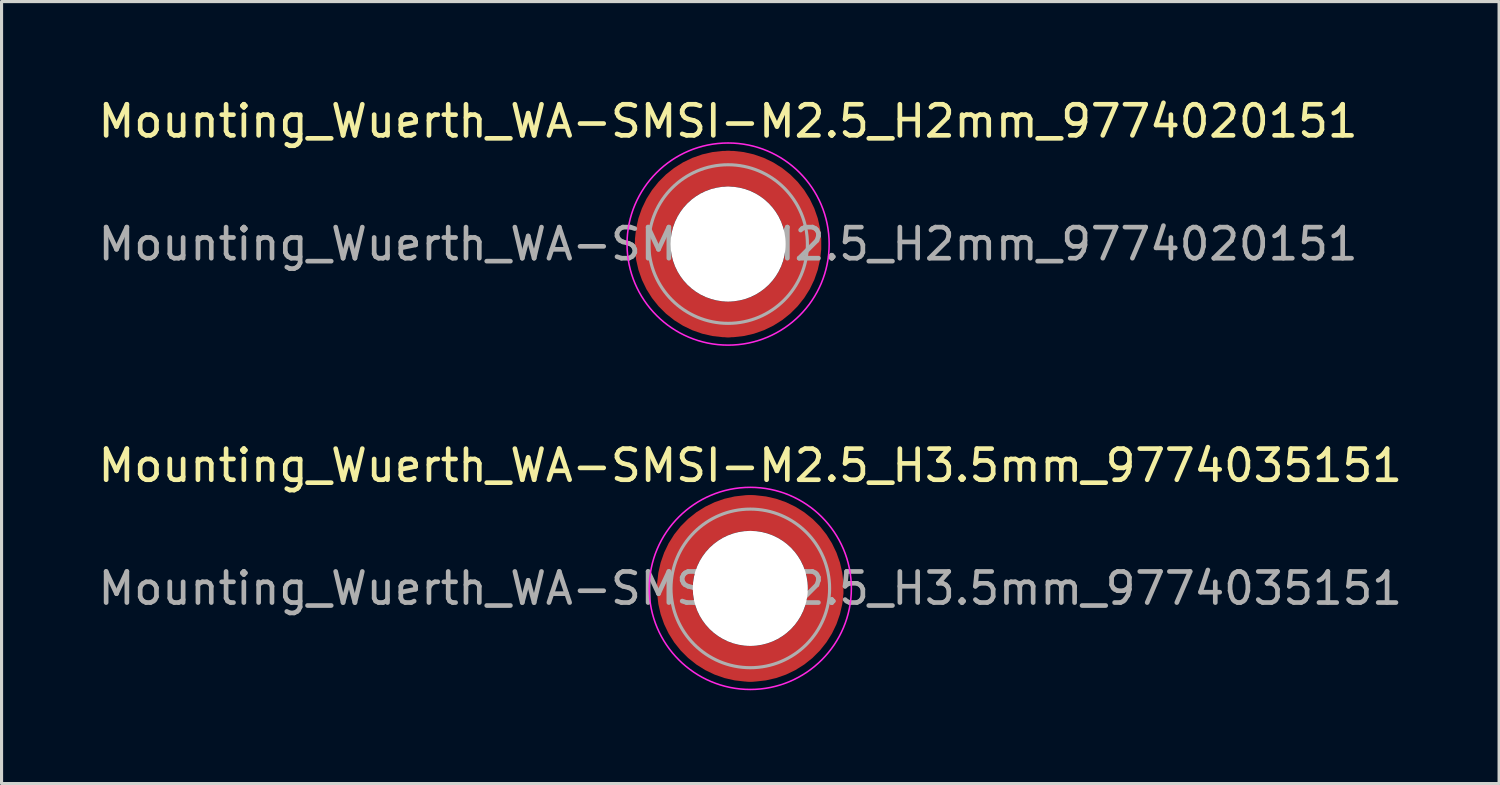
<source format=kicad_pcb>
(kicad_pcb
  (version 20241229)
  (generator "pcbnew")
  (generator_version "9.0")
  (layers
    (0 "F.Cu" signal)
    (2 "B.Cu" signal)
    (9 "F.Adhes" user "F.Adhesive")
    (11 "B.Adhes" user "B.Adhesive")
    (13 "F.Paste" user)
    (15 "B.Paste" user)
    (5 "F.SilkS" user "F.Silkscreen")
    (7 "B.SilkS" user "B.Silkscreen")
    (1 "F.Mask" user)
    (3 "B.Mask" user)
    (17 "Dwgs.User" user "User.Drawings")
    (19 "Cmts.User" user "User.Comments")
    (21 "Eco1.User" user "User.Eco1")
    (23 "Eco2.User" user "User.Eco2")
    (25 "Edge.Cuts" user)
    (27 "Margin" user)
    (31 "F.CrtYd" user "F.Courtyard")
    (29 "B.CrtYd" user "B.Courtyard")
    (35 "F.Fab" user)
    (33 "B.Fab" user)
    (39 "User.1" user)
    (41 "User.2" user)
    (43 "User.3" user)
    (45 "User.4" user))
  (footprint "Mounting_Wuerth_WA-SMSI-M2.5_H2mm_9774020151"
    (layer "F.Cu")
    (at 20.363 4.798)
    (property "Reference" "Mounting_Wuerth_WA-SMSI-M2.5_H2mm_9774020151" (at 0 -3.95 0) (layer "F.SilkS") (effects (font (size 1 1) (thickness 0.15))))
    (attr smd)
    (fp_circle (center 0 0) (end 3.25 0) (stroke (width 0.05) (type solid)) (fill no) (layer "F.CrtYd"))
    (fp_circle (center 0 0) (end 2.55 0) (stroke (width 0.1) (type solid)) (fill no) (layer "F.Fab"))
    (fp_text user "${REFERENCE}" (at 0 0 0) (layer "F.Fab") (effects (font (size 1 1) (thickness 0.15))))
    (pad "" smd custom (at -1.704 -1.704) (size 0.51 0.51) (layers "F.Paste") (options (anchor circle)) (primitives (gr_arc (start -0.250195 1.279127) (mid 0.289914 0.289914) (end 1.279127 -0.250195) (width 0.2)) (gr_arc (start -0.34334 1.279127) (mid 0.225488 0.225488) (end 1.279127 -0.34334) (width 0.2)) (gr_arc (start -0.436309 1.279127) (mid 0.161063 0.161063) (end 1.279127 -0.436309) (width 0.2)) (gr_arc (start -0.529126 1.279127) (mid 0.096638 0.096638) (end 1.279127 -0.529126) (width 0.2)) (gr_arc (start -0.621807 1.279127) (mid 0.032213 0.032213) (end 1.279127 -0.621807) (width 0.2)) (gr_arc (start -0.71437 1.279127) (mid -0.032213 -0.032213) (end 1.279127 -0.71437) (width 0.2)) (gr_arc (start -0.806826 1.279127) (mid -0.096638 -0.096638) (end 1.279127 -0.806826) (width 0.2)) (gr_arc (start -0.899187 1.279127) (mid -0.161063 -0.161063) (end 1.279127 -0.899187) (width 0.2)) (gr_arc (start -0.991463 1.279127) (mid -0.225488 -0.225488) (end 1.279127 -0.991463) (width 0.2)) (gr_arc (start -1.083663 1.279127) (mid -0.289914 -0.289914) (end 1.279127 -1.083663) (width 0.2)) (gr_line (start 1.279 -0.25) (end 1.279 -1.084) (width 0.2)) (gr_line (start -0.25 1.279) (end -1.084 1.279) (width 0.2))))
    (pad "" smd custom (at -1.704 1.704) (size 0.51 0.51) (layers "F.Paste") (options (anchor circle)) (primitives (gr_arc (start 1.279127 0.250195) (mid 0.289914 -0.289914) (end -0.250195 -1.279127) (width 0.2)) (gr_arc (start 1.279127 0.34334) (mid 0.225488 -0.225488) (end -0.34334 -1.279127) (width 0.2)) (gr_arc (start 1.279127 0.436309) (mid 0.161063 -0.161063) (end -0.436309 -1.279127) (width 0.2)) (gr_arc (start 1.279127 0.529126) (mid 0.096638 -0.096638) (end -0.529126 -1.279127) (width 0.2)) (gr_arc (start 1.279127 0.621807) (mid 0.032213 -0.032213) (end -0.621807 -1.279127) (width 0.2)) (gr_arc (start 1.279127 0.71437) (mid -0.032213 0.032213) (end -0.71437 -1.279127) (width 0.2)) (gr_arc (start 1.279127 0.806826) (mid -0.096638 0.096638) (end -0.806826 -1.279127) (width 0.2)) (gr_arc (start 1.279127 0.899187) (mid -0.161063 0.161063) (end -0.899187 -1.279127) (width 0.2)) (gr_arc (start 1.279127 0.991463) (mid -0.225488 0.225488) (end -0.991463 -1.279127) (width 0.2)) (gr_arc (start 1.279127 1.083663) (mid -0.289914 0.289914) (end -1.083663 -1.279127) (width 0.2)) (gr_line (start -0.25 -1.279) (end -1.084 -1.279) (width 0.2)) (gr_line (start 1.279 0.25) (end 1.279 1.084) (width 0.2))))
    (pad "" np_thru_hole circle (at 0 0) (size 3.7 3.7) (drill 3.7) (layers "*.Cu" "*.Mask"))
    (pad "" smd custom (at 1.704 -1.704) (size 0.51 0.51) (layers "F.Paste") (options (anchor circle)) (primitives (gr_arc (start -1.279127 -0.250195) (mid -0.289914 0.289914) (end 0.250195 1.279127) (width 0.2)) (gr_arc (start -1.279127 -0.34334) (mid -0.225488 0.225488) (end 0.34334 1.279127) (width 0.2)) (gr_arc (start -1.279127 -0.436309) (mid -0.161063 0.161063) (end 0.436309 1.279127) (width 0.2)) (gr_arc (start -1.279127 -0.529126) (mid -0.096638 0.096638) (end 0.529126 1.279127) (width 0.2)) (gr_arc (start -1.279127 -0.621807) (mid -0.032213 0.032213) (end 0.621807 1.279127) (width 0.2)) (gr_arc (start -1.279127 -0.71437) (mid 0.032213 -0.032213) (end 0.71437 1.279127) (width 0.2)) (gr_arc (start -1.279127 -0.806826) (mid 0.096638 -0.096638) (end 0.806826 1.279127) (width 0.2)) (gr_arc (start -1.279127 -0.899187) (mid 0.161063 -0.161063) (end 0.899187 1.279127) (width 0.2)) (gr_arc (start -1.279127 -0.991463) (mid 0.225488 -0.225488) (end 0.991463 1.279127) (width 0.2)) (gr_arc (start -1.279127 -1.083663) (mid 0.289914 -0.289914) (end 1.083663 1.279127) (width 0.2)) (gr_line (start 0.25 1.279) (end 1.084 1.279) (width 0.2)) (gr_line (start -1.279 -0.25) (end -1.279 -1.084) (width 0.2))))
    (pad "" smd custom (at 1.704 1.704) (size 0.51 0.51) (layers "F.Paste") (options (anchor circle)) (primitives (gr_arc (start 0.250195 -1.279127) (mid -0.289914 -0.289914) (end -1.279127 0.250195) (width 0.2)) (gr_arc (start 0.34334 -1.279127) (mid -0.225488 -0.225488) (end -1.279127 0.34334) (width 0.2)) (gr_arc (start 0.436309 -1.279127) (mid -0.161063 -0.161063) (end -1.279127 0.436309) (width 0.2)) (gr_arc (start 0.529126 -1.279127) (mid -0.096638 -0.096638) (end -1.279127 0.529126) (width 0.2)) (gr_arc (start 0.621807 -1.279127) (mid -0.032213 -0.032213) (end -1.279127 0.621807) (width 0.2)) (gr_arc (start 0.71437 -1.279127) (mid 0.032213 0.032213) (end -1.279127 0.71437) (width 0.2)) (gr_arc (start 0.806826 -1.279127) (mid 0.096638 0.096638) (end -1.279127 0.806826) (width 0.2)) (gr_arc (start 0.899187 -1.279127) (mid 0.161063 0.161063) (end -1.279127 0.899187) (width 0.2)) (gr_arc (start 0.991463 -1.279127) (mid 0.225488 0.225488) (end -1.279127 0.991463) (width 0.2)) (gr_arc (start 1.083663 -1.279127) (mid 0.289914 0.289914) (end -1.279127 1.083663) (width 0.2)) (gr_line (start -1.279 0.25) (end -1.279 1.084) (width 0.2)) (gr_line (start 0.25 -1.279) (end 1.084 -1.279) (width 0.2))))
    (pad "1" smd circle (at -2.425 0) (size 1.15 1.15) (layers "F.Cu"))
    (pad "1" smd circle (at 0 -2.425) (size 1.15 1.15) (layers "F.Cu"))
    (pad "1" smd circle (at 0 2.425) (size 1.15 1.15) (layers "F.Cu"))
    (pad "1" smd custom (at 2.425 0) (size 1.15 1.15) (layers "F.Cu" "F.Mask") (options (anchor circle)) (primitives (gr_circle (center -2.425 0) (end 0 0) (width 1.15) (fill no)))))
  (footprint "Mounting_Wuerth_WA-SMSI-M2.5_H3.5mm_9774035151"
    (layer "F.Cu")
    (at 21.077 15.871)
    (property "Reference" "Mounting_Wuerth_WA-SMSI-M2.5_H3.5mm_9774035151" (at 0 -3.95 0) (layer "F.SilkS") (effects (font (size 1 1) (thickness 0.15))))
    (attr smd)
    (fp_circle (center 0 0) (end 3.25 0) (stroke (width 0.05) (type solid)) (fill no) (layer "F.CrtYd"))
    (fp_circle (center 0 0) (end 2.55 0) (stroke (width 0.1) (type solid)) (fill no) (layer "F.Fab"))
    (fp_text user "${REFERENCE}" (at 0 0 0) (layer "F.Fab") (effects (font (size 1 1) (thickness 0.15))))
    (pad "" smd custom (at -1.704 -1.704) (size 0.51 0.51) (layers "F.Paste") (options (anchor circle)) (primitives (gr_arc (start -0.250195 1.279127) (mid 0.289914 0.289914) (end 1.279127 -0.250195) (width 0.2)) (gr_arc (start -0.34334 1.279127) (mid 0.225488 0.225488) (end 1.279127 -0.34334) (width 0.2)) (gr_arc (start -0.436309 1.279127) (mid 0.161063 0.161063) (end 1.279127 -0.436309) (width 0.2)) (gr_arc (start -0.529126 1.279127) (mid 0.096638 0.096638) (end 1.279127 -0.529126) (width 0.2)) (gr_arc (start -0.621807 1.279127) (mid 0.032213 0.032213) (end 1.279127 -0.621807) (width 0.2)) (gr_arc (start -0.71437 1.279127) (mid -0.032213 -0.032213) (end 1.279127 -0.71437) (width 0.2)) (gr_arc (start -0.806826 1.279127) (mid -0.096638 -0.096638) (end 1.279127 -0.806826) (width 0.2)) (gr_arc (start -0.899187 1.279127) (mid -0.161063 -0.161063) (end 1.279127 -0.899187) (width 0.2)) (gr_arc (start -0.991463 1.279127) (mid -0.225488 -0.225488) (end 1.279127 -0.991463) (width 0.2)) (gr_arc (start -1.083663 1.279127) (mid -0.289914 -0.289914) (end 1.279127 -1.083663) (width 0.2)) (gr_line (start 1.279 -0.25) (end 1.279 -1.084) (width 0.2)) (gr_line (start -0.25 1.279) (end -1.084 1.279) (width 0.2))))
    (pad "" smd custom (at -1.704 1.704) (size 0.51 0.51) (layers "F.Paste") (options (anchor circle)) (primitives (gr_arc (start 1.279127 0.250195) (mid 0.289914 -0.289914) (end -0.250195 -1.279127) (width 0.2)) (gr_arc (start 1.279127 0.34334) (mid 0.225488 -0.225488) (end -0.34334 -1.279127) (width 0.2)) (gr_arc (start 1.279127 0.436309) (mid 0.161063 -0.161063) (end -0.436309 -1.279127) (width 0.2)) (gr_arc (start 1.279127 0.529126) (mid 0.096638 -0.096638) (end -0.529126 -1.279127) (width 0.2)) (gr_arc (start 1.279127 0.621807) (mid 0.032213 -0.032213) (end -0.621807 -1.279127) (width 0.2)) (gr_arc (start 1.279127 0.71437) (mid -0.032213 0.032213) (end -0.71437 -1.279127) (width 0.2)) (gr_arc (start 1.279127 0.806826) (mid -0.096638 0.096638) (end -0.806826 -1.279127) (width 0.2)) (gr_arc (start 1.279127 0.899187) (mid -0.161063 0.161063) (end -0.899187 -1.279127) (width 0.2)) (gr_arc (start 1.279127 0.991463) (mid -0.225488 0.225488) (end -0.991463 -1.279127) (width 0.2)) (gr_arc (start 1.279127 1.083663) (mid -0.289914 0.289914) (end -1.083663 -1.279127) (width 0.2)) (gr_line (start -0.25 -1.279) (end -1.084 -1.279) (width 0.2)) (gr_line (start 1.279 0.25) (end 1.279 1.084) (width 0.2))))
    (pad "" np_thru_hole circle (at 0 0) (size 3.7 3.7) (drill 3.7) (layers "*.Cu" "*.Mask"))
    (pad "" smd custom (at 1.704 -1.704) (size 0.51 0.51) (layers "F.Paste") (options (anchor circle)) (primitives (gr_arc (start -1.279127 -0.250195) (mid -0.289914 0.289914) (end 0.250195 1.279127) (width 0.2)) (gr_arc (start -1.279127 -0.34334) (mid -0.225488 0.225488) (end 0.34334 1.279127) (width 0.2)) (gr_arc (start -1.279127 -0.436309) (mid -0.161063 0.161063) (end 0.436309 1.279127) (width 0.2)) (gr_arc (start -1.279127 -0.529126) (mid -0.096638 0.096638) (end 0.529126 1.279127) (width 0.2)) (gr_arc (start -1.279127 -0.621807) (mid -0.032213 0.032213) (end 0.621807 1.279127) (width 0.2)) (gr_arc (start -1.279127 -0.71437) (mid 0.032213 -0.032213) (end 0.71437 1.279127) (width 0.2)) (gr_arc (start -1.279127 -0.806826) (mid 0.096638 -0.096638) (end 0.806826 1.279127) (width 0.2)) (gr_arc (start -1.279127 -0.899187) (mid 0.161063 -0.161063) (end 0.899187 1.279127) (width 0.2)) (gr_arc (start -1.279127 -0.991463) (mid 0.225488 -0.225488) (end 0.991463 1.279127) (width 0.2)) (gr_arc (start -1.279127 -1.083663) (mid 0.289914 -0.289914) (end 1.083663 1.279127) (width 0.2)) (gr_line (start 0.25 1.279) (end 1.084 1.279) (width 0.2)) (gr_line (start -1.279 -0.25) (end -1.279 -1.084) (width 0.2))))
    (pad "" smd custom (at 1.704 1.704) (size 0.51 0.51) (layers "F.Paste") (options (anchor circle)) (primitives (gr_arc (start 0.250195 -1.279127) (mid -0.289914 -0.289914) (end -1.279127 0.250195) (width 0.2)) (gr_arc (start 0.34334 -1.279127) (mid -0.225488 -0.225488) (end -1.279127 0.34334) (width 0.2)) (gr_arc (start 0.436309 -1.279127) (mid -0.161063 -0.161063) (end -1.279127 0.436309) (width 0.2)) (gr_arc (start 0.529126 -1.279127) (mid -0.096638 -0.096638) (end -1.279127 0.529126) (width 0.2)) (gr_arc (start 0.621807 -1.279127) (mid -0.032213 -0.032213) (end -1.279127 0.621807) (width 0.2)) (gr_arc (start 0.71437 -1.279127) (mid 0.032213 0.032213) (end -1.279127 0.71437) (width 0.2)) (gr_arc (start 0.806826 -1.279127) (mid 0.096638 0.096638) (end -1.279127 0.806826) (width 0.2)) (gr_arc (start 0.899187 -1.279127) (mid 0.161063 0.161063) (end -1.279127 0.899187) (width 0.2)) (gr_arc (start 0.991463 -1.279127) (mid 0.225488 0.225488) (end -1.279127 0.991463) (width 0.2)) (gr_arc (start 1.083663 -1.279127) (mid 0.289914 0.289914) (end -1.279127 1.083663) (width 0.2)) (gr_line (start -1.279 0.25) (end -1.279 1.084) (width 0.2)) (gr_line (start 0.25 -1.279) (end 1.084 -1.279) (width 0.2))))
    (pad "1" smd circle (at -2.425 0) (size 1.15 1.15) (layers "F.Cu"))
    (pad "1" smd circle (at 0 -2.425) (size 1.15 1.15) (layers "F.Cu"))
    (pad "1" smd circle (at 0 2.425) (size 1.15 1.15) (layers "F.Cu"))
    (pad "1" smd custom (at 2.425 0) (size 1.15 1.15) (layers "F.Cu" "F.Mask") (options (anchor circle)) (primitives (gr_circle (center -2.425 0) (end 0 0) (width 1.15) (fill no)))))
  (gr_rect
    (start -3 -3)
    (end 45.155 22.146)
    (stroke (width 0.1) (type default))
    (fill no)
    (layer "Edge.Cuts")))
</source>
